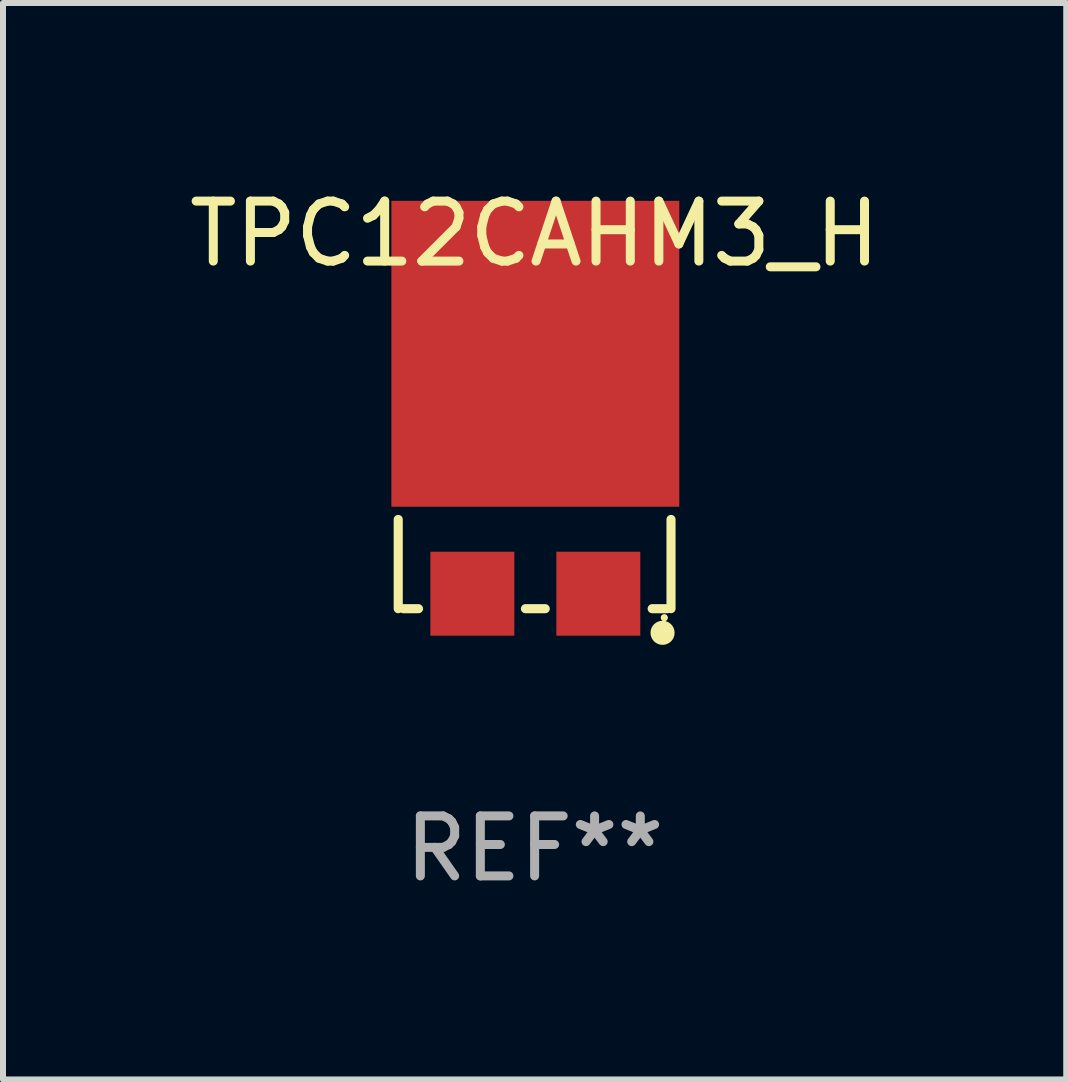
<source format=kicad_pcb>
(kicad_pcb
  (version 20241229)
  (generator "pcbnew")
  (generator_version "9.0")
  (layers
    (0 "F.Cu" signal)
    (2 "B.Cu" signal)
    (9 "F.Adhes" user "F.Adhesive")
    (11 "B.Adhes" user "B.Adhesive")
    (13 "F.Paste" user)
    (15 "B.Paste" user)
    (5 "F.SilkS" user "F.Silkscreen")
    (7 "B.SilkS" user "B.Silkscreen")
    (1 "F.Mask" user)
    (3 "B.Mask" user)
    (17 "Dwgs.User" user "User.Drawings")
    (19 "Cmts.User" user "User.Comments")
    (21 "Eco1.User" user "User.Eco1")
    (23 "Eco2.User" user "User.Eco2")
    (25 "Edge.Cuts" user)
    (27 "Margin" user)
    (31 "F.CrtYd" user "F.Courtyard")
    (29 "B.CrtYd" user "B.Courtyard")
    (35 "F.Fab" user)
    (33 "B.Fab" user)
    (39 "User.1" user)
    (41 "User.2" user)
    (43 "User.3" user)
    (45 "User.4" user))
  (footprint "TPC12CAHM3_H"
    (layer "F.Cu")
    (at 5.863 4.973)
    (property "Reference" "TPC12CAHM3_H" (at 0 -4.125 0) (layer "F.SilkS") (effects (font (size 1 1) (thickness 0.15))))
    (attr through_hole)
    (fp_line (start -2.274 0.637) (end -2.274 2.125) (stroke (width 0.152) (type solid)) (layer "F.SilkS"))
    (fp_line (start -1.936 2.125) (end -2.188 2.125) (stroke (width 0.152) (type solid)) (layer "F.SilkS"))
    (fp_line (start 0.177 2.125) (end -0.153 2.125) (stroke (width 0.152) (type solid)) (layer "F.SilkS"))
    (fp_line (start 2.212 2.125) (end 1.96 2.125) (stroke (width 0.152) (type solid)) (layer "F.SilkS"))
    (fp_line (start 2.274 0.637) (end 2.274 2.124) (stroke (width 0.152) (type solid)) (layer "F.SilkS"))
    (fp_circle (center 2.133 2.527) (end 2.234 2.527) (stroke (width 0.2) (type solid)) (fill no) (layer "F.SilkS"))
    (fp_circle (center 2.162 2.275) (end 2.192 2.275) (stroke (width 0.06) (type solid)) (fill no) (layer "F.SilkS"))
    (fp_text user "REF**" (at 0 6.125 0) (layer "F.Fab") (effects (font (size 1 1) (thickness 0.15))))
    (pad "1" smd rect (at 1.062 1.875) (size 1.4 1.4) (layers "F.Cu" "F.Mask" "F.Paste"))
    (pad "2" smd rect (at -1.038 1.875) (size 1.4 1.4) (layers "F.Cu" "F.Mask" "F.Paste"))
    (pad "3" smd rect (at 0.012 -2.125) (size 4.8 5.1) (layers "F.Cu" "F.Mask" "F.Paste")))
  (gr_rect
    (start -3 -3)
    (end 14.726 14.947)
    (stroke (width 0.1) (type default))
    (fill no)
    (layer "Edge.Cuts")))
</source>
